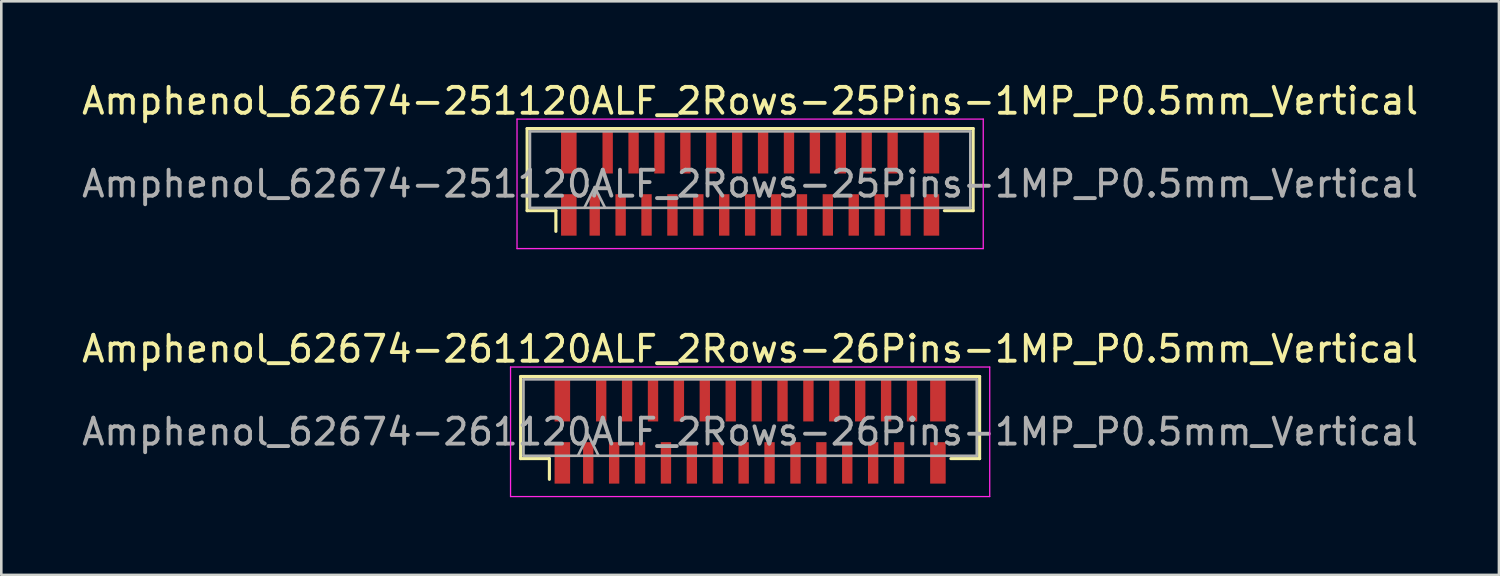
<source format=kicad_pcb>
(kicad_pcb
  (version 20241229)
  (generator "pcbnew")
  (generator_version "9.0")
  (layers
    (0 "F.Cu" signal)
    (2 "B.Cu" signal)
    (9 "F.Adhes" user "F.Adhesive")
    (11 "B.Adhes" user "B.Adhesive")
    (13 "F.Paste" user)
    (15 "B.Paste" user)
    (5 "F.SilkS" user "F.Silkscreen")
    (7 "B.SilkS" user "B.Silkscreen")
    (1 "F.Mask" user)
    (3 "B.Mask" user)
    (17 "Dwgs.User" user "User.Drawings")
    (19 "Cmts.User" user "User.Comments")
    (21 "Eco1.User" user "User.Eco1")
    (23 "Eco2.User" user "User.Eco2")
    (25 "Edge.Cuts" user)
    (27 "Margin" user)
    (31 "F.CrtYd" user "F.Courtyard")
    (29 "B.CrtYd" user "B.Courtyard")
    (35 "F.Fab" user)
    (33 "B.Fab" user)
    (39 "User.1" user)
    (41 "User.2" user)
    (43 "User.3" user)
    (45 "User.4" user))
  (footprint "Amphenol_62674-251120ALF_2Rows-25Pins-1MP_P0.5mm_Vertical"
    (layer "F.Cu")
    (at 25.911 4.048)
    (property "Reference" "Amphenol_62674-251120ALF_2Rows-25Pins-1MP_P0.5mm_Vertical" (at 0 -3.2 0) (layer "F.SilkS") (effects (font (size 1 1) (thickness 0.15))))
    (attr smd)
    (fp_line (start -8.61 -2.135) (end -8.61 1.035) (stroke (width 0.12) (type solid)) (layer "F.SilkS"))
    (fp_line (start -8.61 1.035) (end -7.5 1.035) (stroke (width 0.12) (type solid)) (layer "F.SilkS"))
    (fp_line (start -7.5 1.035) (end -7.5 1.835) (stroke (width 0.12) (type solid)) (layer "F.SilkS"))
    (fp_line (start 7.5 1.035) (end 8.61 1.035) (stroke (width 0.12) (type solid)) (layer "F.SilkS"))
    (fp_line (start 8.61 -2.135) (end -8.61 -2.135) (stroke (width 0.12) (type solid)) (layer "F.SilkS"))
    (fp_line (start 8.61 1.035) (end 8.61 -2.135) (stroke (width 0.12) (type solid)) (layer "F.SilkS"))
    (fp_line (start -9 -2.5) (end 9 -2.5) (stroke (width 0.05) (type solid)) (layer "F.CrtYd"))
    (fp_line (start -9 2.5) (end -9 -2.5) (stroke (width 0.05) (type solid)) (layer "F.CrtYd"))
    (fp_line (start 9 -2.5) (end 9 2.5) (stroke (width 0.05) (type solid)) (layer "F.CrtYd"))
    (fp_line (start 9 2.5) (end -9 2.5) (stroke (width 0.05) (type solid)) (layer "F.CrtYd"))
    (fp_line (start -8.5 -2.025) (end -8.5 0.925) (stroke (width 0.1) (type solid)) (layer "F.Fab"))
    (fp_line (start -8.5 0.925) (end 8.5 0.925) (stroke (width 0.1) (type solid)) (layer "F.Fab"))
    (fp_line (start -6.4 0.925) (end -6 0.125) (stroke (width 0.1) (type solid)) (layer "F.Fab"))
    (fp_line (start -6 0.125) (end -5.6 0.925) (stroke (width 0.1) (type solid)) (layer "F.Fab"))
    (fp_line (start 8.5 -2.025) (end -8.5 -2.025) (stroke (width 0.1) (type solid)) (layer "F.Fab"))
    (fp_line (start 8.5 0.925) (end 8.5 -2.025) (stroke (width 0.1) (type solid)) (layer "F.Fab"))
    (fp_text user "${REFERENCE}" (at 0 0 0) (layer "F.Fab") (effects (font (size 1 1) (thickness 0.15))))
    (pad "1" smd rect (at -6 1.2) (size 0.4 1.6) (layers "F.Cu" "F.Mask" "F.Paste"))
    (pad "2" smd rect (at -5.5 -1.2) (size 0.4 1.6) (layers "F.Cu" "F.Mask" "F.Paste"))
    (pad "3" smd rect (at -5 1.2) (size 0.4 1.6) (layers "F.Cu" "F.Mask" "F.Paste"))
    (pad "4" smd rect (at -4.5 -1.2) (size 0.4 1.6) (layers "F.Cu" "F.Mask" "F.Paste"))
    (pad "5" smd rect (at -4 1.2) (size 0.4 1.6) (layers "F.Cu" "F.Mask" "F.Paste"))
    (pad "6" smd rect (at -3.5 -1.2) (size 0.4 1.6) (layers "F.Cu" "F.Mask" "F.Paste"))
    (pad "7" smd rect (at -3 1.2) (size 0.4 1.6) (layers "F.Cu" "F.Mask" "F.Paste"))
    (pad "8" smd rect (at -2.5 -1.2) (size 0.4 1.6) (layers "F.Cu" "F.Mask" "F.Paste"))
    (pad "9" smd rect (at -2 1.2) (size 0.4 1.6) (layers "F.Cu" "F.Mask" "F.Paste"))
    (pad "10" smd rect (at -1.5 -1.2) (size 0.4 1.6) (layers "F.Cu" "F.Mask" "F.Paste"))
    (pad "11" smd rect (at -1 1.2) (size 0.4 1.6) (layers "F.Cu" "F.Mask" "F.Paste"))
    (pad "12" smd rect (at -0.5 -1.2) (size 0.4 1.6) (layers "F.Cu" "F.Mask" "F.Paste"))
    (pad "13" smd rect (at 0 1.2) (size 0.4 1.6) (layers "F.Cu" "F.Mask" "F.Paste"))
    (pad "14" smd rect (at 0.5 -1.2) (size 0.4 1.6) (layers "F.Cu" "F.Mask" "F.Paste"))
    (pad "15" smd rect (at 1 1.2) (size 0.4 1.6) (layers "F.Cu" "F.Mask" "F.Paste"))
    (pad "16" smd rect (at 1.5 -1.2) (size 0.4 1.6) (layers "F.Cu" "F.Mask" "F.Paste"))
    (pad "17" smd rect (at 2 1.2) (size 0.4 1.6) (layers "F.Cu" "F.Mask" "F.Paste"))
    (pad "18" smd rect (at 2.5 -1.2) (size 0.4 1.6) (layers "F.Cu" "F.Mask" "F.Paste"))
    (pad "19" smd rect (at 3 1.2) (size 0.4 1.6) (layers "F.Cu" "F.Mask" "F.Paste"))
    (pad "20" smd rect (at 3.5 -1.2) (size 0.4 1.6) (layers "F.Cu" "F.Mask" "F.Paste"))
    (pad "21" smd rect (at 4 1.2) (size 0.4 1.6) (layers "F.Cu" "F.Mask" "F.Paste"))
    (pad "22" smd rect (at 4.5 -1.2) (size 0.4 1.6) (layers "F.Cu" "F.Mask" "F.Paste"))
    (pad "23" smd rect (at 5 1.2) (size 0.4 1.6) (layers "F.Cu" "F.Mask" "F.Paste"))
    (pad "24" smd rect (at 5.5 -1.2) (size 0.4 1.6) (layers "F.Cu" "F.Mask" "F.Paste"))
    (pad "25" smd rect (at 6 1.2) (size 0.4 1.6) (layers "F.Cu" "F.Mask" "F.Paste"))
    (pad "MP" smd rect (at -7 -1.2) (size 0.6 1.6) (layers "F.Cu" "F.Mask" "F.Paste"))
    (pad "MP" smd rect (at -7 1.2) (size 0.6 1.6) (layers "F.Cu" "F.Mask" "F.Paste"))
    (pad "MP" smd rect (at 7 -1.2) (size 0.6 1.6) (layers "F.Cu" "F.Mask" "F.Paste"))
    (pad "MP" smd rect (at 7 1.2) (size 0.6 1.6) (layers "F.Cu" "F.Mask" "F.Paste")))
  (footprint "Amphenol_62674-261120ALF_2Rows-26Pins-1MP_P0.5mm_Vertical"
    (layer "F.Cu")
    (at 25.911 13.621)
    (property "Reference" "Amphenol_62674-261120ALF_2Rows-26Pins-1MP_P0.5mm_Vertical" (at 0 -3.2 0) (layer "F.SilkS") (effects (font (size 1 1) (thickness 0.15))))
    (attr smd)
    (fp_line (start -8.86 -2.135) (end -8.86 1.035) (stroke (width 0.12) (type solid)) (layer "F.SilkS"))
    (fp_line (start -8.86 1.035) (end -7.75 1.035) (stroke (width 0.12) (type solid)) (layer "F.SilkS"))
    (fp_line (start -7.75 1.035) (end -7.75 1.835) (stroke (width 0.12) (type solid)) (layer "F.SilkS"))
    (fp_line (start 7.75 1.035) (end 8.86 1.035) (stroke (width 0.12) (type solid)) (layer "F.SilkS"))
    (fp_line (start 8.86 -2.135) (end -8.86 -2.135) (stroke (width 0.12) (type solid)) (layer "F.SilkS"))
    (fp_line (start 8.86 1.035) (end 8.86 -2.135) (stroke (width 0.12) (type solid)) (layer "F.SilkS"))
    (fp_line (start -9.25 -2.5) (end 9.25 -2.5) (stroke (width 0.05) (type solid)) (layer "F.CrtYd"))
    (fp_line (start -9.25 2.5) (end -9.25 -2.5) (stroke (width 0.05) (type solid)) (layer "F.CrtYd"))
    (fp_line (start 9.25 -2.5) (end 9.25 2.5) (stroke (width 0.05) (type solid)) (layer "F.CrtYd"))
    (fp_line (start 9.25 2.5) (end -9.25 2.5) (stroke (width 0.05) (type solid)) (layer "F.CrtYd"))
    (fp_line (start -8.75 -2.025) (end -8.75 0.925) (stroke (width 0.1) (type solid)) (layer "F.Fab"))
    (fp_line (start -8.75 0.925) (end 8.75 0.925) (stroke (width 0.1) (type solid)) (layer "F.Fab"))
    (fp_line (start -6.65 0.925) (end -6.25 0.125) (stroke (width 0.1) (type solid)) (layer "F.Fab"))
    (fp_line (start -6.25 0.125) (end -5.85 0.925) (stroke (width 0.1) (type solid)) (layer "F.Fab"))
    (fp_line (start 8.75 -2.025) (end -8.75 -2.025) (stroke (width 0.1) (type solid)) (layer "F.Fab"))
    (fp_line (start 8.75 0.925) (end 8.75 -2.025) (stroke (width 0.1) (type solid)) (layer "F.Fab"))
    (fp_text user "${REFERENCE}" (at 0 0 0) (layer "F.Fab") (effects (font (size 1 1) (thickness 0.15))))
    (pad "1" smd rect (at -6.25 1.2) (size 0.4 1.6) (layers "F.Cu" "F.Mask" "F.Paste"))
    (pad "2" smd rect (at -5.75 -1.2) (size 0.4 1.6) (layers "F.Cu" "F.Mask" "F.Paste"))
    (pad "3" smd rect (at -5.25 1.2) (size 0.4 1.6) (layers "F.Cu" "F.Mask" "F.Paste"))
    (pad "4" smd rect (at -4.75 -1.2) (size 0.4 1.6) (layers "F.Cu" "F.Mask" "F.Paste"))
    (pad "5" smd rect (at -4.25 1.2) (size 0.4 1.6) (layers "F.Cu" "F.Mask" "F.Paste"))
    (pad "6" smd rect (at -3.75 -1.2) (size 0.4 1.6) (layers "F.Cu" "F.Mask" "F.Paste"))
    (pad "7" smd rect (at -3.25 1.2) (size 0.4 1.6) (layers "F.Cu" "F.Mask" "F.Paste"))
    (pad "8" smd rect (at -2.75 -1.2) (size 0.4 1.6) (layers "F.Cu" "F.Mask" "F.Paste"))
    (pad "9" smd rect (at -2.25 1.2) (size 0.4 1.6) (layers "F.Cu" "F.Mask" "F.Paste"))
    (pad "10" smd rect (at -1.75 -1.2) (size 0.4 1.6) (layers "F.Cu" "F.Mask" "F.Paste"))
    (pad "11" smd rect (at -1.25 1.2) (size 0.4 1.6) (layers "F.Cu" "F.Mask" "F.Paste"))
    (pad "12" smd rect (at -0.75 -1.2) (size 0.4 1.6) (layers "F.Cu" "F.Mask" "F.Paste"))
    (pad "13" smd rect (at -0.25 1.2) (size 0.4 1.6) (layers "F.Cu" "F.Mask" "F.Paste"))
    (pad "14" smd rect (at 0.25 -1.2) (size 0.4 1.6) (layers "F.Cu" "F.Mask" "F.Paste"))
    (pad "15" smd rect (at 0.75 1.2) (size 0.4 1.6) (layers "F.Cu" "F.Mask" "F.Paste"))
    (pad "16" smd rect (at 1.25 -1.2) (size 0.4 1.6) (layers "F.Cu" "F.Mask" "F.Paste"))
    (pad "17" smd rect (at 1.75 1.2) (size 0.4 1.6) (layers "F.Cu" "F.Mask" "F.Paste"))
    (pad "18" smd rect (at 2.25 -1.2) (size 0.4 1.6) (layers "F.Cu" "F.Mask" "F.Paste"))
    (pad "19" smd rect (at 2.75 1.2) (size 0.4 1.6) (layers "F.Cu" "F.Mask" "F.Paste"))
    (pad "20" smd rect (at 3.25 -1.2) (size 0.4 1.6) (layers "F.Cu" "F.Mask" "F.Paste"))
    (pad "21" smd rect (at 3.75 1.2) (size 0.4 1.6) (layers "F.Cu" "F.Mask" "F.Paste"))
    (pad "22" smd rect (at 4.25 -1.2) (size 0.4 1.6) (layers "F.Cu" "F.Mask" "F.Paste"))
    (pad "23" smd rect (at 4.75 1.2) (size 0.4 1.6) (layers "F.Cu" "F.Mask" "F.Paste"))
    (pad "24" smd rect (at 5.25 -1.2) (size 0.4 1.6) (layers "F.Cu" "F.Mask" "F.Paste"))
    (pad "25" smd rect (at 5.75 1.2) (size 0.4 1.6) (layers "F.Cu" "F.Mask" "F.Paste"))
    (pad "26" smd rect (at 6.25 -1.2) (size 0.4 1.6) (layers "F.Cu" "F.Mask" "F.Paste"))
    (pad "MP" smd rect (at -7.25 -1.2) (size 0.6 1.6) (layers "F.Cu" "F.Mask" "F.Paste"))
    (pad "MP" smd rect (at -7.25 1.2) (size 0.6 1.6) (layers "F.Cu" "F.Mask" "F.Paste"))
    (pad "MP" smd rect (at 7.25 -1.2) (size 0.6 1.6) (layers "F.Cu" "F.Mask" "F.Paste"))
    (pad "MP" smd rect (at 7.25 1.2) (size 0.6 1.6) (layers "F.Cu" "F.Mask" "F.Paste")))
  (gr_rect
    (start -3 -3)
    (end 54.821 19.146)
    (stroke (width 0.1) (type default))
    (fill no)
    (layer "Edge.Cuts")))
</source>
